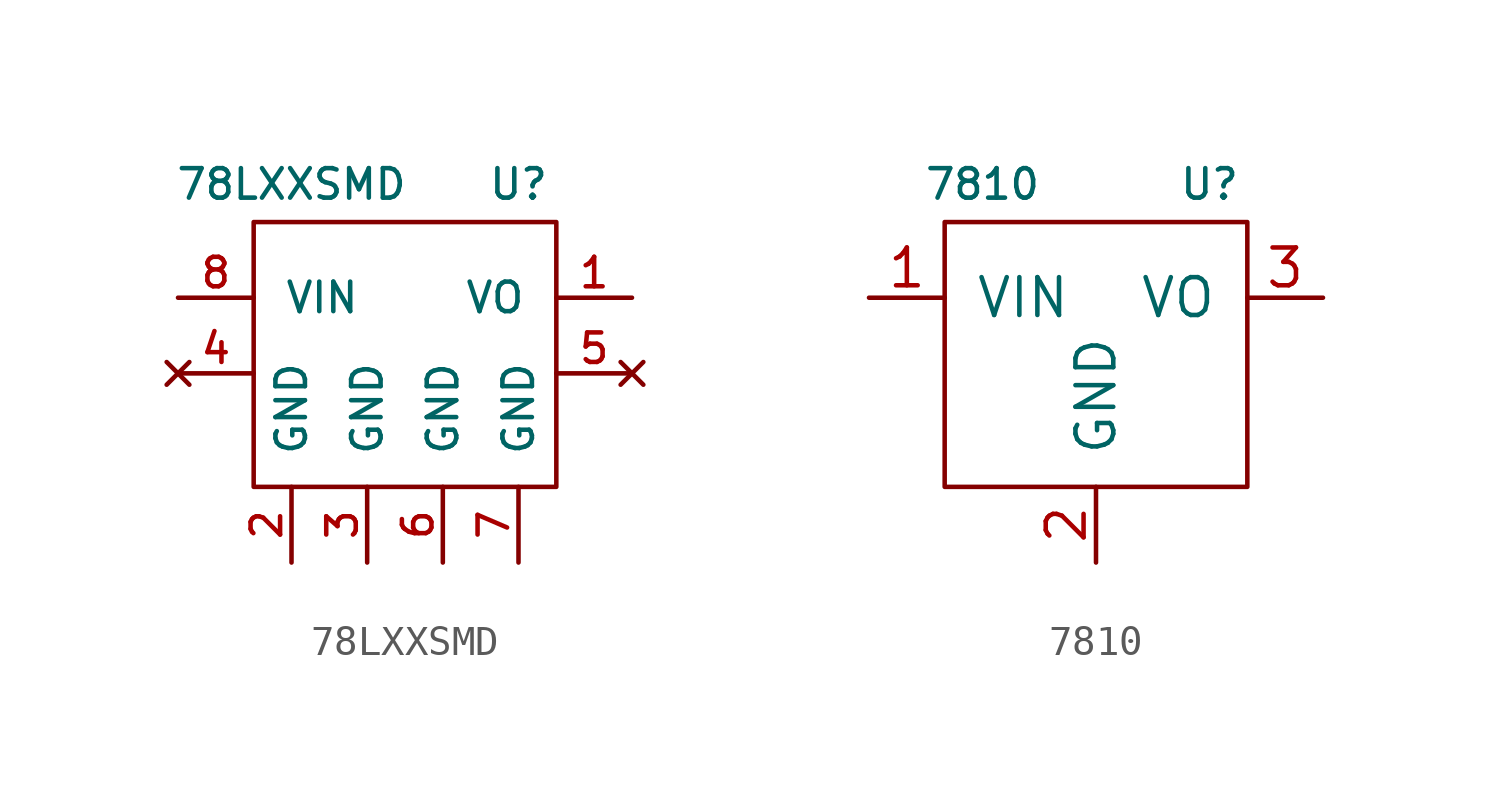
<source format=kicad_sym>
(kicad_symbol_lib
  (version 20211014)
  (generator kicad_symbol_editor)
  (symbol "78LXXSMD"
    (pin_names
      (offset 1.016))
    (property "Reference" "U"
      (at 3.81 3.81 0)
      (effects (font (size 0.991 0.991))))
    (property "Value" "78LXXSMD"
      (at -3.81 3.81 0)
      (effects (font (size 0.991 0.991))))
    (symbol "78LXXSMD_0_1"
      (polyline (pts (xy -5.08 -6.35) (xy -5.08 2.54) (xy 5.08 2.54) (xy 5.08 -6.35) (xy -5.08 -6.35)) (stroke (width 0) (type default) (color 0 0 0 0)) (fill (type none))))
    (symbol "78LXXSMD_1_1"
      (pin power_out line (at 7.62 0 180) (length 2.54) (name "VO" (effects (font (size 0.991 0.991)))) (number "1" (effects (font (size 0.991 0.991)))))
      (pin power_in line (at -3.81 -8.89 90) (length 2.54) (name "GND" (effects (font (size 0.991 0.991)))) (number "2" (effects (font (size 0.991 0.991)))))
      (pin power_in line (at -1.27 -8.89 90) (length 2.54) (name "GND" (effects (font (size 0.991 0.991)))) (number "3" (effects (font (size 0.991 0.991)))))
      (pin no_connect line (at -7.62 -2.54 0) (length 2.54) (name "~" (effects (font (size 0.991 0.991)))) (number "4" (effects (font (size 0.991 0.991)))))
      (pin no_connect line (at 7.62 -2.54 180) (length 2.54) (name "~" (effects (font (size 0.991 0.991)))) (number "5" (effects (font (size 0.991 0.991)))))
      (pin power_in line (at 1.27 -8.89 90) (length 2.54) (name "GND" (effects (font (size 0.991 0.991)))) (number "6" (effects (font (size 0.991 0.991)))))
      (pin power_in line (at 3.81 -8.89 90) (length 2.54) (name "GND" (effects (font (size 0.991 0.991)))) (number "7" (effects (font (size 0.991 0.991)))))
      (pin power_in line (at -7.62 0 0) (length 2.54) (name "VIN" (effects (font (size 0.991 0.991)))) (number "8" (effects (font (size 0.991 0.991)))))))
  (symbol "7810"
    (pin_names
      (offset 1.016))
    (property "Reference" "U"
      (at 3.81 3.81 0)
      (effects (font (size 0.991 0.991))))
    (property "Value" "7810"
      (at -3.81 3.81 0)
      (effects (font (size 0.991 0.991))))
    (symbol "7810_0_1"
      (polyline (pts (xy -5.08 -6.35) (xy -5.08 2.54) (xy 5.08 2.54) (xy 5.08 -6.35) (xy -5.08 -6.35)) (stroke (width 0) (type default) (color 0 0 0 0)) (fill (type none))))
    (symbol "7810_1_1"
      (pin power_in line (at -7.62 0 0) (length 2.54) (name "VIN" (effects (font (size 1.27 1.27)))) (number "1" (effects (font (size 1.27 1.27)))))
      (pin power_in line (at 0 -8.89 90) (length 2.54) (name "GND" (effects (font (size 1.27 1.27)))) (number "2" (effects (font (size 1.27 1.27)))))
      (pin power_out line (at 7.62 0 180) (length 2.54) (name "VO" (effects (font (size 1.27 1.27)))) (number "3" (effects (font (size 1.27 1.27))))))))
</source>
